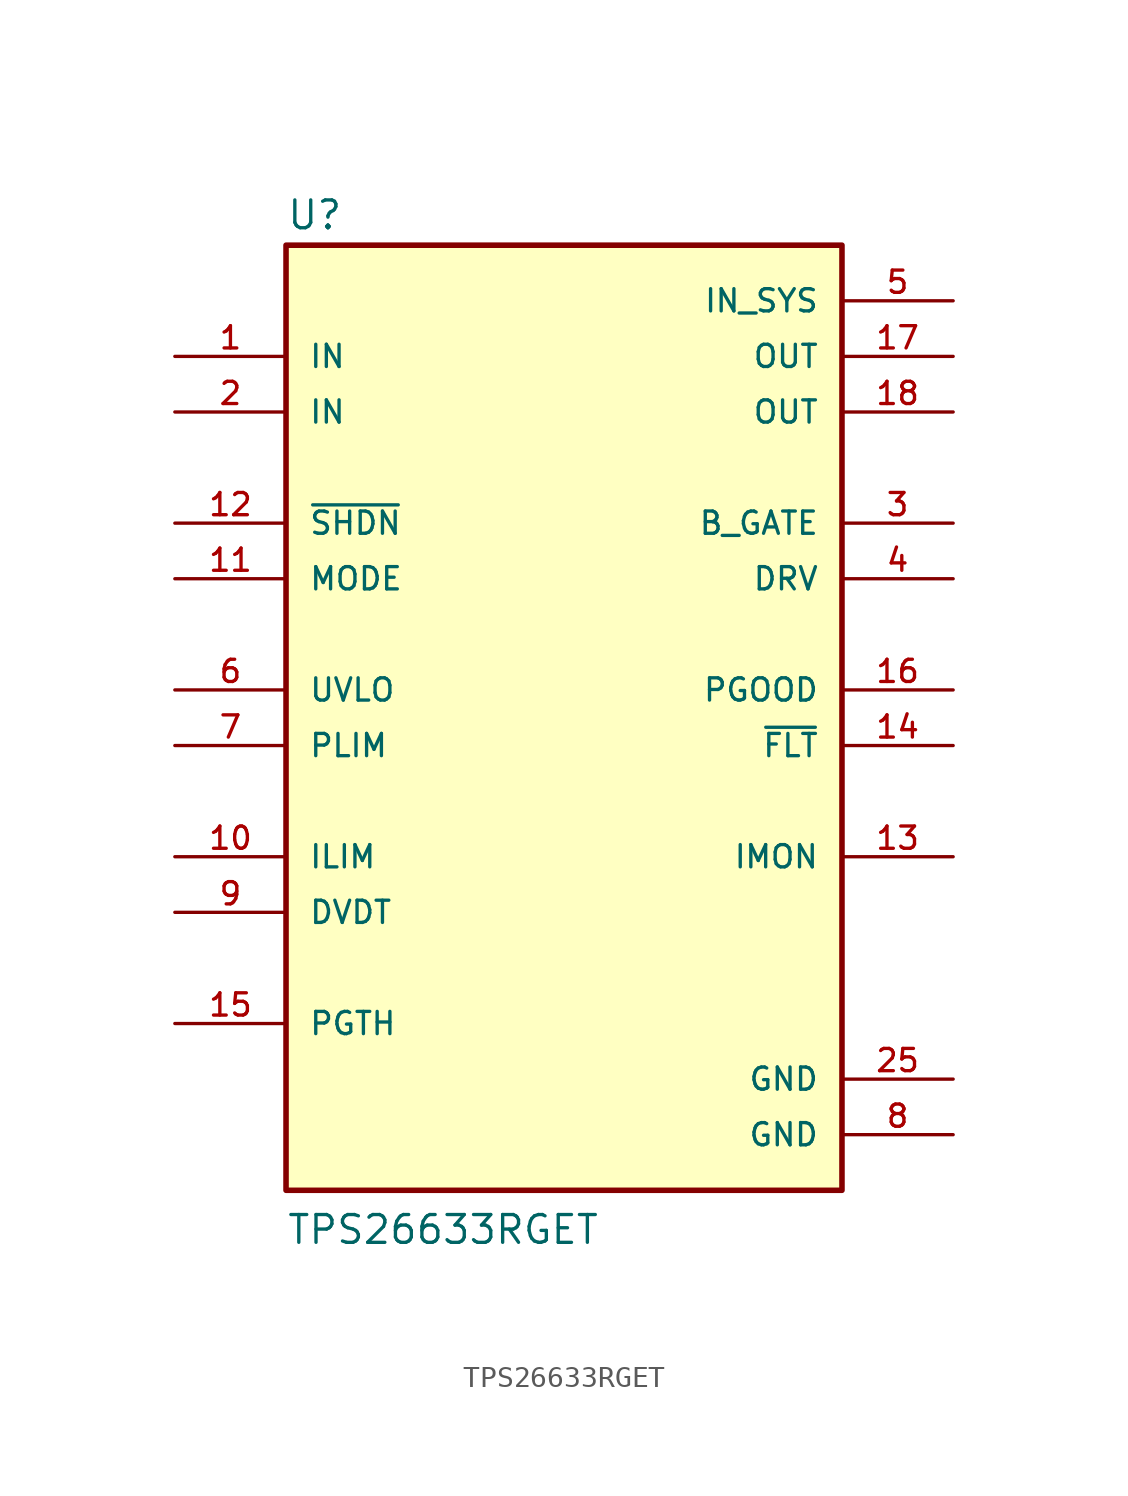
<source format=kicad_sym>
(kicad_symbol_lib
  (version 20241209)
  (generator "kicad_symbol_editor")
  (generator_version "9.0")
  (symbol "TPS26633RGET"
    (pin_names
      (offset 1.016))
    (property "Reference" "U"
      (at -12.7 20.955 0)
      (effects (font (size 1.27 1.27)) (justify left bottom)))
    (property "Value" "TPS26633RGET"
      (at -12.7 -25.4 0)
      (effects (font (size 1.27 1.27)) (justify left bottom)))
    (symbol "TPS26633RGET_0_0"
      (rectangle (start -12.7 -22.86) (end 12.7 20.32) (stroke (width 0.254) (type default)) (fill (type background)))
      (pin power_in line (at -17.78 15.24 0) (length 5.08) (name "IN" (effects (font (size 1.016 1.016)))) (number "1" (effects (font (size 1.016 1.016)))))
      (pin power_in line (at -17.78 12.7 0) (length 5.08) (name "IN" (effects (font (size 1.016 1.016)))) (number "2" (effects (font (size 1.016 1.016)))))
      (pin input line (at -17.78 7.62 0) (length 5.08) (name "~{SHDN}" (effects (font (size 1.016 1.016)))) (number "12" (effects (font (size 1.016 1.016)))))
      (pin input line (at -17.78 5.08 0) (length 5.08) (name "MODE" (effects (font (size 1.016 1.016)))) (number "11" (effects (font (size 1.016 1.016)))))
      (pin input line (at -17.78 0 0) (length 5.08) (name "UVLO" (effects (font (size 1.016 1.016)))) (number "6" (effects (font (size 1.016 1.016)))))
      (pin input line (at -17.78 -2.54 0) (length 5.08) (name "PLIM" (effects (font (size 1.016 1.016)))) (number "7" (effects (font (size 1.016 1.016)))))
      (pin bidirectional line (at -17.78 -7.62 0) (length 5.08) (name "ILIM" (effects (font (size 1.016 1.016)))) (number "10" (effects (font (size 1.016 1.016)))))
      (pin bidirectional line (at -17.78 -10.16 0) (length 5.08) (name "DVDT" (effects (font (size 1.016 1.016)))) (number "9" (effects (font (size 1.016 1.016)))))
      (pin input line (at -17.78 -15.24 0) (length 5.08) (name "PGTH" (effects (font (size 1.016 1.016)))) (number "15" (effects (font (size 1.016 1.016)))))
      (pin power_in line (at 17.78 17.78 180) (length 5.08) (name "IN_SYS" (effects (font (size 1.016 1.016)))) (number "5" (effects (font (size 1.016 1.016)))))
      (pin power_in line (at 17.78 15.24 180) (length 5.08) (name "OUT" (effects (font (size 1.016 1.016)))) (number "17" (effects (font (size 1.016 1.016)))))
      (pin power_in line (at 17.78 12.7 180) (length 5.08) (name "OUT" (effects (font (size 1.016 1.016)))) (number "18" (effects (font (size 1.016 1.016)))))
      (pin output line (at 17.78 7.62 180) (length 5.08) (name "B_GATE" (effects (font (size 1.016 1.016)))) (number "3" (effects (font (size 1.016 1.016)))))
      (pin output line (at 17.78 5.08 180) (length 5.08) (name "DRV" (effects (font (size 1.016 1.016)))) (number "4" (effects (font (size 1.016 1.016)))))
      (pin output line (at 17.78 0 180) (length 5.08) (name "PGOOD" (effects (font (size 1.016 1.016)))) (number "16" (effects (font (size 1.016 1.016)))))
      (pin output line (at 17.78 -2.54 180) (length 5.08) (name "~{FLT}" (effects (font (size 1.016 1.016)))) (number "14" (effects (font (size 1.016 1.016)))))
      (pin output line (at 17.78 -7.62 180) (length 5.08) (name "IMON" (effects (font (size 1.016 1.016)))) (number "13" (effects (font (size 1.016 1.016)))))
      (pin power_in line (at 17.78 -17.78 180) (length 5.08) (name "GND" (effects (font (size 1.016 1.016)))) (number "25" (effects (font (size 1.016 1.016)))))
      (pin power_in line (at 17.78 -20.32 180) (length 5.08) (name "GND" (effects (font (size 1.016 1.016)))) (number "8" (effects (font (size 1.016 1.016))))))
    (symbol "TPS26633RGET_1_0"
      (pin no_connect line (at -17.78 -20.32 0) (length 5.08) (hide yes) (name "NC" (effects (font (size 1.016 1.016)))) (number "19" (effects (font (size 1.016 1.016)))))
      (pin no_connect line (at -17.78 -20.32 0) (length 5.08) (hide yes) (name "NC" (effects (font (size 1.016 1.016)))) (number "20" (effects (font (size 1.016 1.016)))))
      (pin no_connect line (at -17.78 -20.32 0) (length 5.08) (hide yes) (name "NC" (effects (font (size 1.016 1.016)))) (number "21" (effects (font (size 1.016 1.016)))))
      (pin no_connect line (at -17.78 -20.32 0) (length 5.08) (hide yes) (name "NC" (effects (font (size 1.016 1.016)))) (number "22" (effects (font (size 1.016 1.016)))))
      (pin no_connect line (at -17.78 -20.32 0) (length 5.08) (hide yes) (name "NC" (effects (font (size 1.016 1.016)))) (number "23" (effects (font (size 1.016 1.016)))))
      (pin no_connect line (at -17.78 -20.32 0) (length 5.08) (hide yes) (name "NC" (effects (font (size 1.016 1.016)))) (number "24" (effects (font (size 1.016 1.016))))))))
</source>
